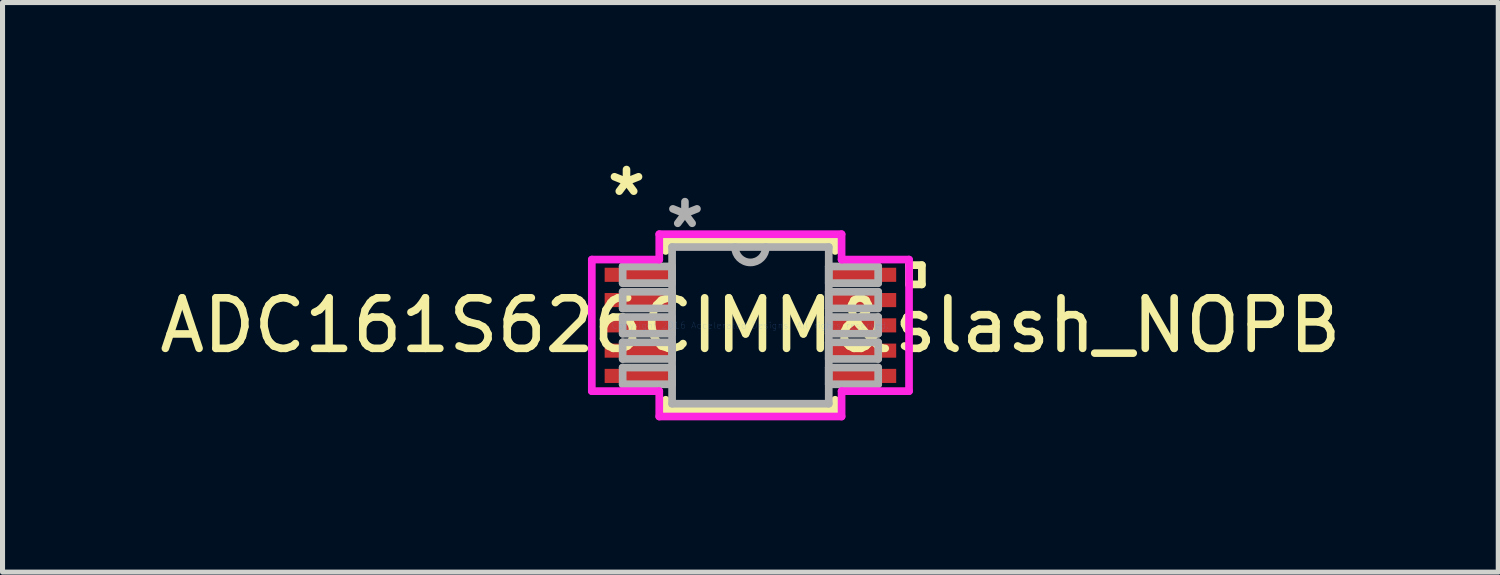
<source format=kicad_pcb>
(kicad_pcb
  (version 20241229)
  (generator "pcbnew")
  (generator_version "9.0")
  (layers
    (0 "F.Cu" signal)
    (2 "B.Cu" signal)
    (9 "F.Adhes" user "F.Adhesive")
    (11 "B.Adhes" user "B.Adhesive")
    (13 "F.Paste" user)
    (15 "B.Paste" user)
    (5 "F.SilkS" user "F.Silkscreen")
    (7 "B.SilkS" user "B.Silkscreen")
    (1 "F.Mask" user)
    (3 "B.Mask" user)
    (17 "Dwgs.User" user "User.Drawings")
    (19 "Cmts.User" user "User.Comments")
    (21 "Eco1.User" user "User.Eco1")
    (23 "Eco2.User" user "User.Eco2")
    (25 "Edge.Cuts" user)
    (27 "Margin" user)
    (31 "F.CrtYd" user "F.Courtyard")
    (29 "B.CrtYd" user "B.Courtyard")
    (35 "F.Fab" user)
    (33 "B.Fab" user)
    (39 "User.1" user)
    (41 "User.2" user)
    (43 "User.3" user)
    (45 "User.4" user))
  (footprint "ADC161S626CIMM&slash_NOPB"
    (layer "F.Cu")
    (at 11.792 3.385)
    (property "Reference" "ADC161S626CIMM&slash_NOPB" (at 0 0 0) (layer "F.SilkS") (effects (font (size 1 1) (thickness 0.15))))
    (attr through_hole)
    (fp_line (start -1.676 -1.676) (end -1.676 -1.472) (stroke (width 0.152) (type solid)) (layer "F.SilkS"))
    (fp_line (start -1.676 1.472) (end -1.676 1.676) (stroke (width 0.152) (type solid)) (layer "F.SilkS"))
    (fp_line (start -1.676 1.676) (end 1.676 1.676) (stroke (width 0.152) (type solid)) (layer "F.SilkS"))
    (fp_line (start 1.676 -1.676) (end -1.676 -1.676) (stroke (width 0.152) (type solid)) (layer "F.SilkS"))
    (fp_line (start 1.676 -1.472) (end 1.676 -1.676) (stroke (width 0.152) (type solid)) (layer "F.SilkS"))
    (fp_line (start 1.676 1.676) (end 1.676 1.472) (stroke (width 0.152) (type solid)) (layer "F.SilkS"))
    (fp_line (start 3.137 -1.191) (end 3.391 -1.191) (stroke (width 0.152) (type solid)) (layer "F.SilkS"))
    (fp_line (start 3.137 -0.81) (end 3.137 -1.191) (stroke (width 0.152) (type solid)) (layer "F.SilkS"))
    (fp_line (start 3.391 -1.191) (end 3.391 -0.81) (stroke (width 0.152) (type solid)) (layer "F.SilkS"))
    (fp_line (start 3.391 -0.81) (end 3.137 -0.81) (stroke (width 0.152) (type solid)) (layer "F.SilkS"))
    (fp_line (start -3.137 -1.301) (end -1.803 -1.301) (stroke (width 0.152) (type solid)) (layer "F.CrtYd"))
    (fp_line (start -3.137 1.301) (end -3.137 -1.301) (stroke (width 0.152) (type solid)) (layer "F.CrtYd"))
    (fp_line (start -1.803 -1.803) (end 1.803 -1.803) (stroke (width 0.152) (type solid)) (layer "F.CrtYd"))
    (fp_line (start -1.803 -1.301) (end -1.803 -1.803) (stroke (width 0.152) (type solid)) (layer "F.CrtYd"))
    (fp_line (start -1.803 1.301) (end -3.137 1.301) (stroke (width 0.152) (type solid)) (layer "F.CrtYd"))
    (fp_line (start -1.803 1.803) (end -1.803 1.301) (stroke (width 0.152) (type solid)) (layer "F.CrtYd"))
    (fp_line (start 1.803 -1.803) (end 1.803 -1.301) (stroke (width 0.152) (type solid)) (layer "F.CrtYd"))
    (fp_line (start 1.803 -1.301) (end 3.137 -1.301) (stroke (width 0.152) (type solid)) (layer "F.CrtYd"))
    (fp_line (start 1.803 1.301) (end 1.803 1.803) (stroke (width 0.152) (type solid)) (layer "F.CrtYd"))
    (fp_line (start 1.803 1.803) (end -1.803 1.803) (stroke (width 0.152) (type solid)) (layer "F.CrtYd"))
    (fp_line (start 3.137 -1.301) (end 3.137 1.301) (stroke (width 0.152) (type solid)) (layer "F.CrtYd"))
    (fp_line (start 3.137 1.301) (end 1.803 1.301) (stroke (width 0.152) (type solid)) (layer "F.CrtYd"))
    (fp_line (start -2.527 -1.165) (end -2.527 -0.835) (stroke (width 0.152) (type solid)) (layer "F.Fab"))
    (fp_line (start -2.527 -0.835) (end -1.549 -0.835) (stroke (width 0.152) (type solid)) (layer "F.Fab"))
    (fp_line (start -2.527 -0.665) (end -2.527 -0.335) (stroke (width 0.152) (type solid)) (layer "F.Fab"))
    (fp_line (start -2.527 -0.335) (end -1.549 -0.335) (stroke (width 0.152) (type solid)) (layer "F.Fab"))
    (fp_line (start -2.527 -0.165) (end -2.527 0.165) (stroke (width 0.152) (type solid)) (layer "F.Fab"))
    (fp_line (start -2.527 0.165) (end -1.549 0.165) (stroke (width 0.152) (type solid)) (layer "F.Fab"))
    (fp_line (start -2.527 0.335) (end -2.527 0.665) (stroke (width 0.152) (type solid)) (layer "F.Fab"))
    (fp_line (start -2.527 0.665) (end -1.549 0.665) (stroke (width 0.152) (type solid)) (layer "F.Fab"))
    (fp_line (start -2.527 0.835) (end -2.527 1.165) (stroke (width 0.152) (type solid)) (layer "F.Fab"))
    (fp_line (start -2.527 1.165) (end -1.549 1.165) (stroke (width 0.152) (type solid)) (layer "F.Fab"))
    (fp_line (start -1.549 -1.549) (end -1.549 1.549) (stroke (width 0.152) (type solid)) (layer "F.Fab"))
    (fp_line (start -1.549 -1.165) (end -2.527 -1.165) (stroke (width 0.152) (type solid)) (layer "F.Fab"))
    (fp_line (start -1.549 -0.835) (end -1.549 -1.165) (stroke (width 0.152) (type solid)) (layer "F.Fab"))
    (fp_line (start -1.549 -0.665) (end -2.527 -0.665) (stroke (width 0.152) (type solid)) (layer "F.Fab"))
    (fp_line (start -1.549 -0.335) (end -1.549 -0.665) (stroke (width 0.152) (type solid)) (layer "F.Fab"))
    (fp_line (start -1.549 -0.165) (end -2.527 -0.165) (stroke (width 0.152) (type solid)) (layer "F.Fab"))
    (fp_line (start -1.549 0.165) (end -1.549 -0.165) (stroke (width 0.152) (type solid)) (layer "F.Fab"))
    (fp_line (start -1.549 0.335) (end -2.527 0.335) (stroke (width 0.152) (type solid)) (layer "F.Fab"))
    (fp_line (start -1.549 0.665) (end -1.549 0.335) (stroke (width 0.152) (type solid)) (layer "F.Fab"))
    (fp_line (start -1.549 0.835) (end -2.527 0.835) (stroke (width 0.152) (type solid)) (layer "F.Fab"))
    (fp_line (start -1.549 1.165) (end -1.549 0.835) (stroke (width 0.152) (type solid)) (layer "F.Fab"))
    (fp_line (start -1.549 1.549) (end 1.549 1.549) (stroke (width 0.152) (type solid)) (layer "F.Fab"))
    (fp_line (start 1.549 -1.549) (end -1.549 -1.549) (stroke (width 0.152) (type solid)) (layer "F.Fab"))
    (fp_line (start 1.549 -1.165) (end 1.549 -0.835) (stroke (width 0.152) (type solid)) (layer "F.Fab"))
    (fp_line (start 1.549 -0.835) (end 2.527 -0.835) (stroke (width 0.152) (type solid)) (layer "F.Fab"))
    (fp_line (start 1.549 -0.665) (end 1.549 -0.335) (stroke (width 0.152) (type solid)) (layer "F.Fab"))
    (fp_line (start 1.549 -0.335) (end 2.527 -0.335) (stroke (width 0.152) (type solid)) (layer "F.Fab"))
    (fp_line (start 1.549 -0.165) (end 1.549 0.165) (stroke (width 0.152) (type solid)) (layer "F.Fab"))
    (fp_line (start 1.549 0.165) (end 2.527 0.165) (stroke (width 0.152) (type solid)) (layer "F.Fab"))
    (fp_line (start 1.549 0.335) (end 1.549 0.665) (stroke (width 0.152) (type solid)) (layer "F.Fab"))
    (fp_line (start 1.549 0.665) (end 2.527 0.665) (stroke (width 0.152) (type solid)) (layer "F.Fab"))
    (fp_line (start 1.549 0.835) (end 1.549 1.165) (stroke (width 0.152) (type solid)) (layer "F.Fab"))
    (fp_line (start 1.549 1.165) (end 2.527 1.165) (stroke (width 0.152) (type solid)) (layer "F.Fab"))
    (fp_line (start 1.549 1.549) (end 1.549 -1.549) (stroke (width 0.152) (type solid)) (layer "F.Fab"))
    (fp_line (start 2.527 -1.165) (end 1.549 -1.165) (stroke (width 0.152) (type solid)) (layer "F.Fab"))
    (fp_line (start 2.527 -0.835) (end 2.527 -1.165) (stroke (width 0.152) (type solid)) (layer "F.Fab"))
    (fp_line (start 2.527 -0.665) (end 1.549 -0.665) (stroke (width 0.152) (type solid)) (layer "F.Fab"))
    (fp_line (start 2.527 -0.335) (end 2.527 -0.665) (stroke (width 0.152) (type solid)) (layer "F.Fab"))
    (fp_line (start 2.527 -0.165) (end 1.549 -0.165) (stroke (width 0.152) (type solid)) (layer "F.Fab"))
    (fp_line (start 2.527 0.165) (end 2.527 -0.165) (stroke (width 0.152) (type solid)) (layer "F.Fab"))
    (fp_line (start 2.527 0.335) (end 1.549 0.335) (stroke (width 0.152) (type solid)) (layer "F.Fab"))
    (fp_line (start 2.527 0.665) (end 2.527 0.335) (stroke (width 0.152) (type solid)) (layer "F.Fab"))
    (fp_line (start 2.527 0.835) (end 1.549 0.835) (stroke (width 0.152) (type solid)) (layer "F.Fab"))
    (fp_line (start 2.527 1.165) (end 2.527 0.835) (stroke (width 0.152) (type solid)) (layer "F.Fab"))
    (fp_arc (start 0.3048 -1.5494) (mid 0 -1.2446) (end -0.3048 -1.5494) (stroke (width 0.1524) (type solid)) (layer "F.Fab"))
    (fp_text user "*" (at -2.451 -2.537 0) (layer "F.SilkS") (effects (font (size 1 1) (thickness 0.15))))
    (fp_text user "Copyright 2016 Accelerated Designs. All rights reserved." (at 0 0 0) (layer "Cmts.User") (effects (font (size 0.127 0.127) (thickness 0.002))))
    (fp_text user "*" (at -1.295 -1.902 0) (layer "F.Fab") (effects (font (size 1 1) (thickness 0.15))))
    (pad "1" smd rect (at -2.197 -1) (size 1.372 0.279) (layers "F.Cu" "F.Mask" "F.Paste"))
    (pad "2" smd rect (at -2.197 -0.5) (size 1.372 0.279) (layers "F.Cu" "F.Mask" "F.Paste"))
    (pad "3" smd rect (at -2.197 0) (size 1.372 0.279) (layers "F.Cu" "F.Mask" "F.Paste"))
    (pad "4" smd rect (at -2.197 0.5) (size 1.372 0.279) (layers "F.Cu" "F.Mask" "F.Paste"))
    (pad "5" smd rect (at -2.197 1) (size 1.372 0.279) (layers "F.Cu" "F.Mask" "F.Paste"))
    (pad "6" smd rect (at 2.197 1) (size 1.372 0.279) (layers "F.Cu" "F.Mask" "F.Paste"))
    (pad "7" smd rect (at 2.197 0.5) (size 1.372 0.279) (layers "F.Cu" "F.Mask" "F.Paste"))
    (pad "8" smd rect (at 2.197 0) (size 1.372 0.279) (layers "F.Cu" "F.Mask" "F.Paste"))
    (pad "9" smd rect (at 2.197 -0.5) (size 1.372 0.279) (layers "F.Cu" "F.Mask" "F.Paste"))
    (pad "10" smd rect (at 2.197 -1) (size 1.372 0.279) (layers "F.Cu" "F.Mask" "F.Paste")))
  (gr_rect
    (start -3 -3)
    (end 26.583 8.265)
    (stroke (width 0.1) (type default))
    (fill no)
    (layer "Edge.Cuts")))
</source>
